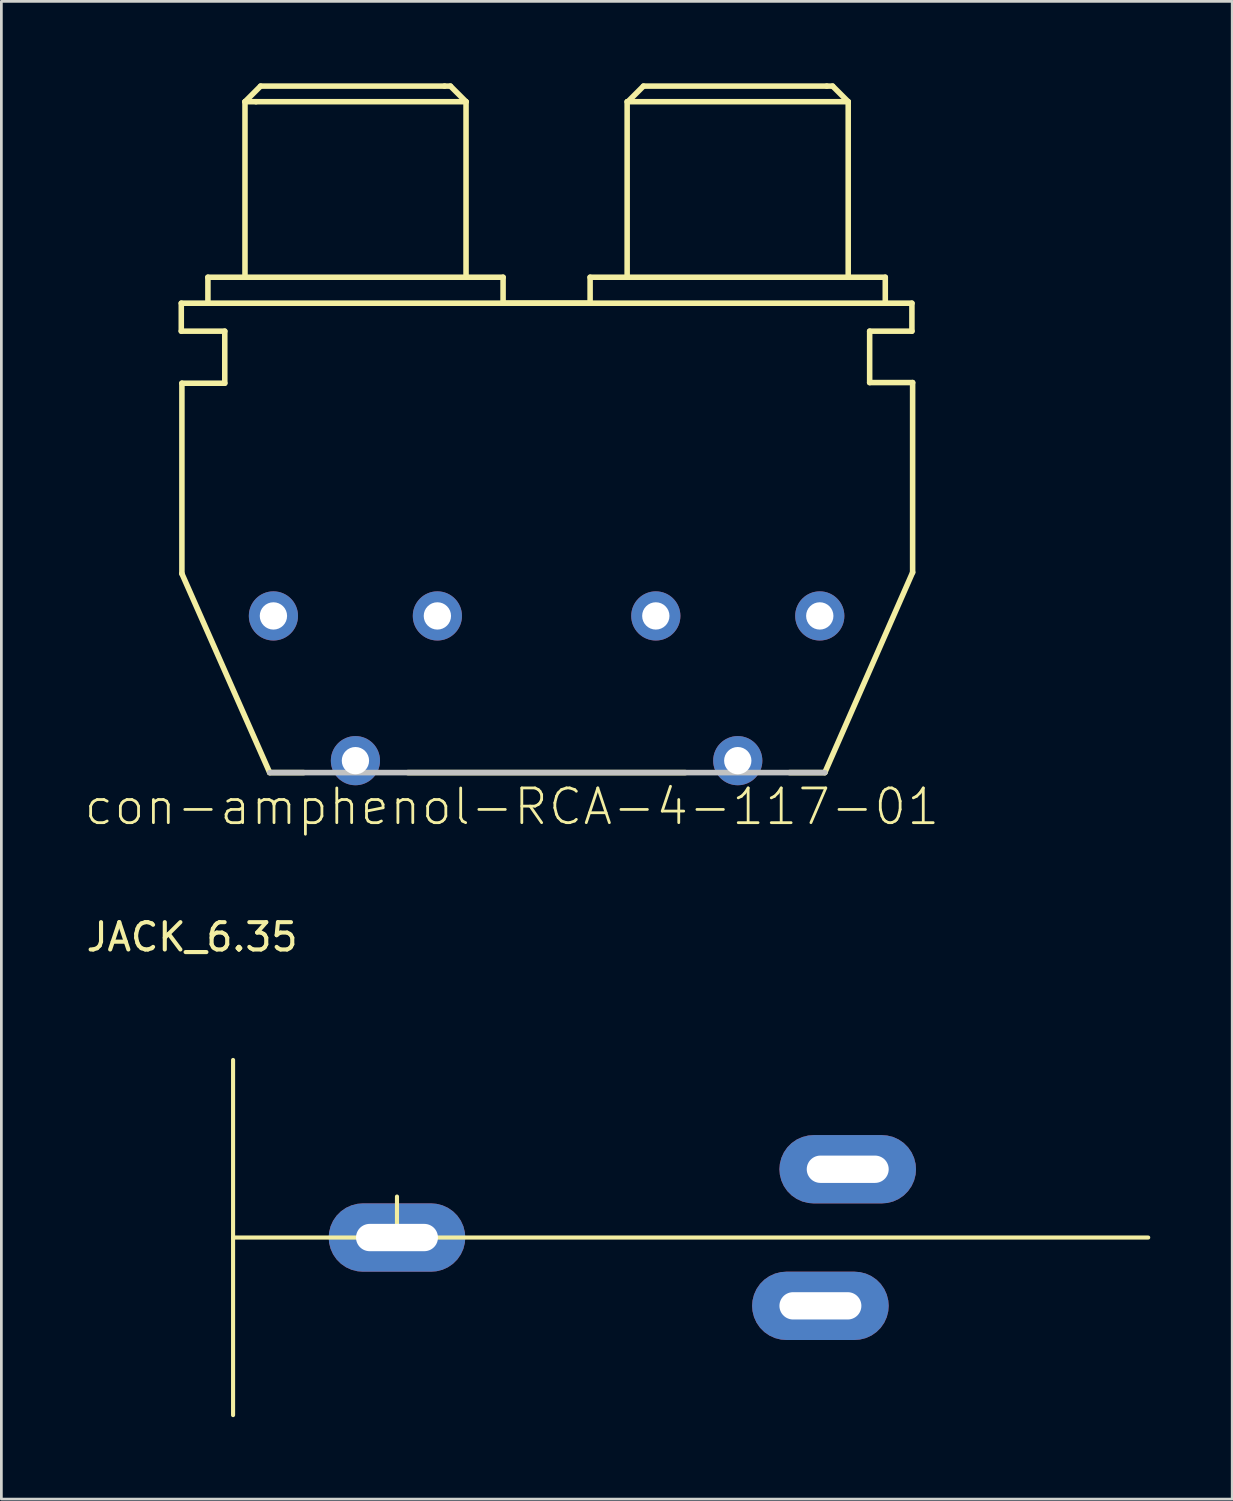
<source format=kicad_pcb>
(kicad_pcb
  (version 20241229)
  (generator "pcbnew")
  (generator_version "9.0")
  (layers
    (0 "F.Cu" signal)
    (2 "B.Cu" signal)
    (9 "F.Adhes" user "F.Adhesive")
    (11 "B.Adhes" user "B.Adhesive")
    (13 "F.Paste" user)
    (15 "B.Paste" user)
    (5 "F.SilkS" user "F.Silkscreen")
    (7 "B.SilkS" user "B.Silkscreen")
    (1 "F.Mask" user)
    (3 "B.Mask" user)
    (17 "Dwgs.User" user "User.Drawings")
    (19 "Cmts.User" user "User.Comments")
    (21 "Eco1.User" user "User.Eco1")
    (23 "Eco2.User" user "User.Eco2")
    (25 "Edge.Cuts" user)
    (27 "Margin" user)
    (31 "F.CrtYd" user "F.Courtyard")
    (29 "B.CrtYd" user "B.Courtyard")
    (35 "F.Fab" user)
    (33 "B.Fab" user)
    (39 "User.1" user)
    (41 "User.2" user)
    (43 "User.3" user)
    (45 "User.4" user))
  (footprint "con-amphenol-RCA-4-117-01"
    (layer "F.Cu")
    (at 16.959 19.497)
    (property "Reference" "con-amphenol-RCA-4-117-01" (at -1.27 6.985 0) (layer "F.SilkS") (effects (font (size 1.27 1.27) (thickness 0.102))))
    (attr exclude_from_pos_files exclude_from_bom)
    (fp_line (start -13.373 -11.448) (end -12.398 -11.448) (stroke (width 0.203) (type solid)) (layer "F.SilkS"))
    (fp_line (start -13.373 -10.424) (end -13.373 -11.448) (stroke (width 0.203) (type solid)) (layer "F.SilkS"))
    (fp_line (start -13.35 -8.519) (end -11.781 -8.519) (stroke (width 0.203) (type solid)) (layer "F.SilkS"))
    (fp_line (start -13.35 -1.547) (end -13.35 -8.519) (stroke (width 0.203) (type solid)) (layer "F.SilkS"))
    (fp_line (start -12.398 -12.398) (end -11.041 -12.398) (stroke (width 0.203) (type solid)) (layer "F.SilkS"))
    (fp_line (start -12.398 -11.448) (end -12.398 -12.398) (stroke (width 0.203) (type solid)) (layer "F.SilkS"))
    (fp_line (start -12.398 -11.448) (end -1.593 -11.448) (stroke (width 0.203) (type solid)) (layer "F.SilkS"))
    (fp_line (start -11.781 -10.424) (end -13.373 -10.424) (stroke (width 0.203) (type solid)) (layer "F.SilkS"))
    (fp_line (start -11.781 -8.519) (end -11.781 -10.424) (stroke (width 0.203) (type solid)) (layer "F.SilkS"))
    (fp_line (start -11.041 -18.824) (end -10.638 -18.824) (stroke (width 0.203) (type solid)) (layer "F.SilkS"))
    (fp_line (start -11.041 -18.824) (end -10.47 -19.395) (stroke (width 0.203) (type solid)) (layer "F.SilkS"))
    (fp_line (start -11.041 -12.398) (end -11.041 -18.824) (stroke (width 0.203) (type solid)) (layer "F.SilkS"))
    (fp_line (start -11.041 -12.398) (end -2.949 -12.398) (stroke (width 0.203) (type solid)) (layer "F.SilkS"))
    (fp_line (start -10.638 -18.824) (end -2.949 -18.824) (stroke (width 0.203) (type solid)) (layer "F.SilkS"))
    (fp_line (start -10.47 -19.395) (end -3.736 -19.395) (stroke (width 0.203) (type solid)) (layer "F.SilkS"))
    (fp_line (start -10.137 5.735) (end -13.35 -1.547) (stroke (width 0.203) (type solid)) (layer "F.SilkS"))
    (fp_line (start -8.89 5.735) (end -10.137 5.735) (stroke (width 0.203) (type solid)) (layer "F.SilkS"))
    (fp_line (start -3.52 -19.395) (end -3.736 -19.395) (stroke (width 0.203) (type solid)) (layer "F.SilkS"))
    (fp_line (start -2.949 -18.824) (end -3.52 -19.395) (stroke (width 0.203) (type solid)) (layer "F.SilkS"))
    (fp_line (start -2.949 -18.824) (end -2.949 -12.398) (stroke (width 0.203) (type solid)) (layer "F.SilkS"))
    (fp_line (start -2.949 -12.398) (end -2.926 -12.398) (stroke (width 0.203) (type solid)) (layer "F.SilkS"))
    (fp_line (start -2.949 -12.398) (end -2.926 -12.398) (stroke (width 0.203) (type solid)) (layer "F.SilkS"))
    (fp_line (start -2.926 -12.398) (end -2.949 -12.398) (stroke (width 0.203) (type solid)) (layer "F.SilkS"))
    (fp_line (start -2.926 -12.398) (end -1.593 -12.398) (stroke (width 0.203) (type solid)) (layer "F.SilkS"))
    (fp_line (start -1.593 -12.398) (end -1.593 -11.448) (stroke (width 0.203) (type solid)) (layer "F.SilkS"))
    (fp_line (start -1.593 -11.448) (end 1.593 -11.448) (stroke (width 0.203) (type solid)) (layer "F.SilkS"))
    (fp_line (start -1.593 -11.448) (end 1.593 -11.448) (stroke (width 0.203) (type solid)) (layer "F.SilkS"))
    (fp_line (start 1.593 -12.398) (end 2.949 -12.398) (stroke (width 0.203) (type solid)) (layer "F.SilkS"))
    (fp_line (start 1.593 -11.448) (end 1.593 -12.398) (stroke (width 0.203) (type solid)) (layer "F.SilkS"))
    (fp_line (start 1.593 -11.448) (end 12.398 -11.448) (stroke (width 0.203) (type solid)) (layer "F.SilkS"))
    (fp_line (start 2.949 -18.824) (end 11.041 -18.824) (stroke (width 0.203) (type solid)) (layer "F.SilkS"))
    (fp_line (start 2.949 -12.398) (end 2.949 -18.824) (stroke (width 0.203) (type solid)) (layer "F.SilkS"))
    (fp_line (start 2.949 -12.398) (end 11.041 -12.398) (stroke (width 0.203) (type solid)) (layer "F.SilkS"))
    (fp_line (start 2.974 -18.824) (end 3.546 -19.395) (stroke (width 0.203) (type solid)) (layer "F.SilkS"))
    (fp_line (start 3.546 -19.395) (end 10.257 -19.395) (stroke (width 0.203) (type solid)) (layer "F.SilkS"))
    (fp_line (start 5.08 5.735) (end -5.08 5.735) (stroke (width 0.203) (type solid)) (layer "F.SilkS"))
    (fp_line (start 10.185 5.735) (end 8.89 5.735) (stroke (width 0.203) (type solid)) (layer "F.SilkS"))
    (fp_line (start 10.47 -19.395) (end 10.257 -19.395) (stroke (width 0.203) (type solid)) (layer "F.SilkS"))
    (fp_line (start 11.041 -18.824) (end 10.47 -19.395) (stroke (width 0.203) (type solid)) (layer "F.SilkS"))
    (fp_line (start 11.041 -18.824) (end 11.041 -12.398) (stroke (width 0.203) (type solid)) (layer "F.SilkS"))
    (fp_line (start 11.041 -12.398) (end 12.398 -12.398) (stroke (width 0.203) (type solid)) (layer "F.SilkS"))
    (fp_line (start 11.826 -10.424) (end 11.826 -8.542) (stroke (width 0.203) (type solid)) (layer "F.SilkS"))
    (fp_line (start 11.826 -8.542) (end 13.399 -8.542) (stroke (width 0.203) (type solid)) (layer "F.SilkS"))
    (fp_line (start 12.398 -12.398) (end 12.398 -11.448) (stroke (width 0.203) (type solid)) (layer "F.SilkS"))
    (fp_line (start 12.398 -11.448) (end 13.373 -11.448) (stroke (width 0.203) (type solid)) (layer "F.SilkS"))
    (fp_line (start 13.373 -11.448) (end 13.373 -10.424) (stroke (width 0.203) (type solid)) (layer "F.SilkS"))
    (fp_line (start 13.373 -10.424) (end 11.826 -10.424) (stroke (width 0.203) (type solid)) (layer "F.SilkS"))
    (fp_line (start 13.399 -8.542) (end 13.399 -1.593) (stroke (width 0.203) (type solid)) (layer "F.SilkS"))
    (fp_line (start 13.399 -1.593) (end 10.185 5.735) (stroke (width 0.203) (type solid)) (layer "F.SilkS"))
    (fp_line (start 10.185 5.735) (end -10.137 5.735) (stroke (width 0.203) (type solid)) (layer "Dwgs.User"))
    (pad "1" thru_hole circle (at -3.998 0) (size 1.8 1.8) (drill 1) (layers "*.Cu" "*.Paste" "*.Mask"))
    (pad "2" thru_hole circle (at -10 0) (size 1.8 1.8) (drill 1) (layers "*.Cu" "*.Paste" "*.Mask"))
    (pad "3" thru_hole circle (at -6.998 5.298) (size 1.8 1.8) (drill 1) (layers "*.Cu" "*.Paste" "*.Mask"))
    (pad "4" thru_hole circle (at 10 0) (size 1.8 1.8) (drill 1) (layers "*.Cu" "*.Paste" "*.Mask"))
    (pad "5" thru_hole circle (at 3.998 0) (size 1.8 1.8) (drill 1) (layers "*.Cu" "*.Paste" "*.Mask"))
    (pad "6" thru_hole circle (at 6.998 5.298) (size 1.8 1.8) (drill 1) (layers "*.Cu" "*.Paste" "*.Mask")))
  (footprint "JACK_6.35"
    (layer "F.Cu")
    (at 10.482 40.752)
    (property "Reference" "JACK_6.35" (at -6.5 -9.5 0) (layer "F.SilkS") (effects (font (size 1 1) (thickness 0.15))))
    (attr through_hole)
    (fp_line (start -5 -5) (end -5 8) (stroke (width 0.15) (type solid)) (layer "F.SilkS"))
    (fp_line (start -5 1.5) (end 28.5 1.5) (stroke (width 0.15) (type solid)) (layer "F.SilkS"))
    (fp_line (start 1 1.5) (end 1 0) (stroke (width 0.15) (type solid)) (layer "F.SilkS"))
    (pad "2" thru_hole roundrect (at 1 1.5) (size 5 2.5) (drill oval 3 1) (layers "*.Cu" "*.Mask") (roundrect_rratio 0.5))
    (pad "3" thru_hole roundrect (at 16.5 4) (size 5 2.5) (drill oval 3 1) (layers "*.Cu" "*.Mask") (roundrect_rratio 0.5))
    (pad "4" thru_hole roundrect (at 17.5 -1) (size 5 2.5) (drill oval 3 1) (layers "*.Cu" "*.Mask") (roundrect_rratio 0.5)))
  (gr_rect
    (start -3 -3)
    (end 42.057 51.827)
    (stroke (width 0.1) (type default))
    (fill no)
    (layer "Edge.Cuts")))
</source>
